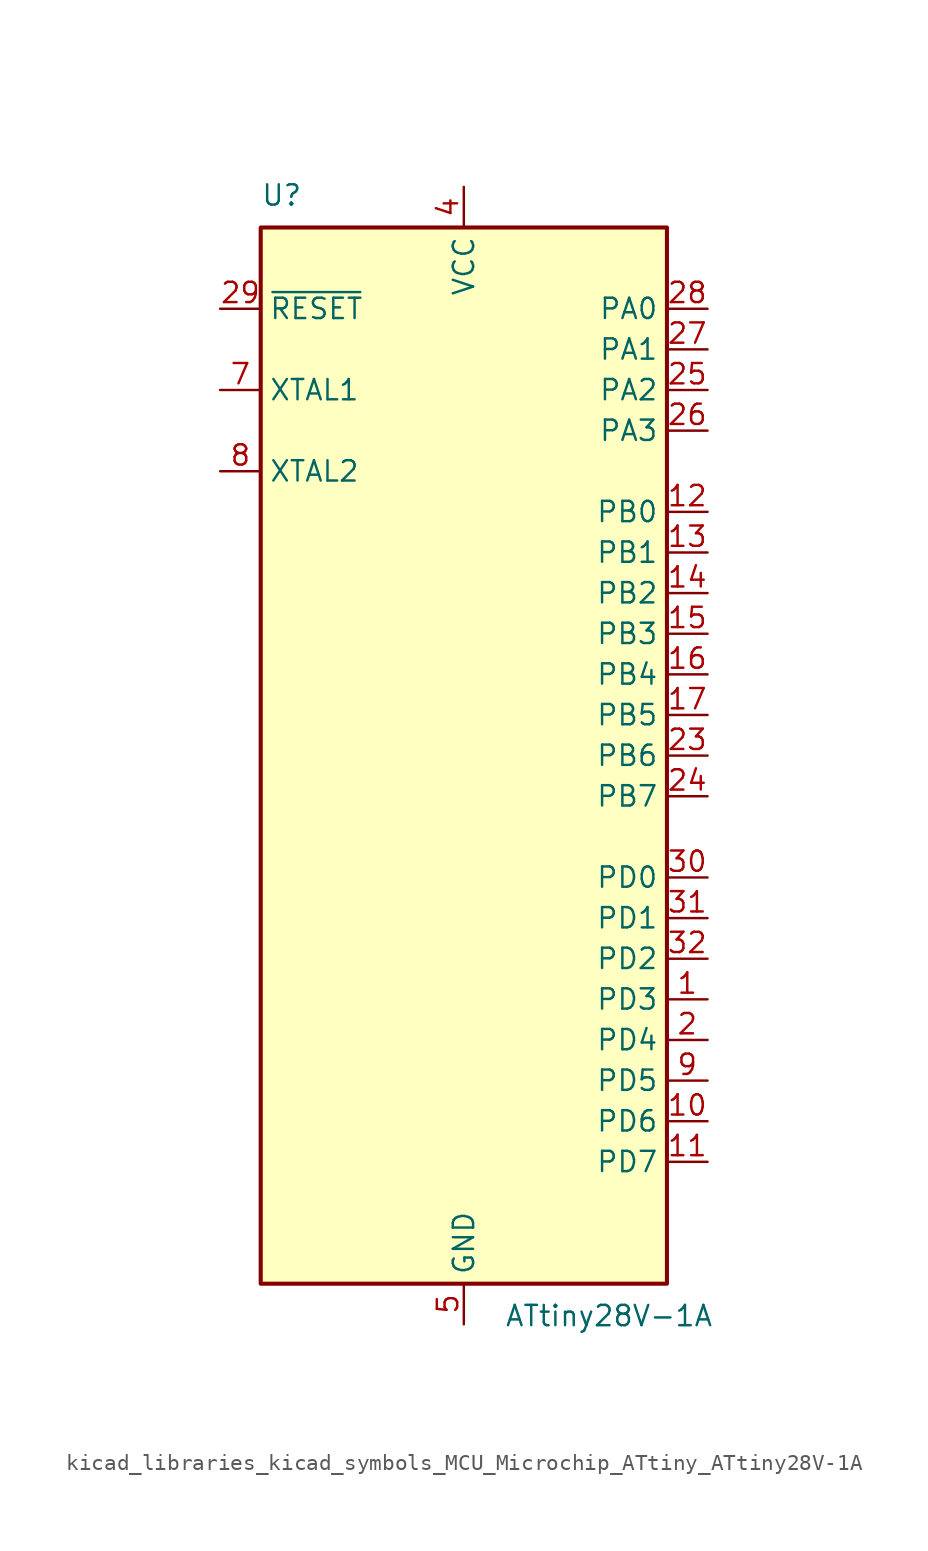
<source format=kicad_sym>
(kicad_symbol_lib
  (version 20220914)
  (generator kicad_symbol_editor)
  (symbol "kicad_libraries_kicad_symbols_MCU_Microchip_ATtiny_ATtiny28V-1A"
    (property "Reference" "U"
      (at -12.7 34.29 0)
      (effects (font (size 1.27 1.27)) (justify left bottom)))
    (property "Value" "ATtiny28V-1A"
      (at 2.54 -34.29 0)
      (effects (font (size 1.27 1.27)) (justify left top)))
    (symbol "kicad_libraries_kicad_symbols_MCU_Microchip_ATtiny_ATtiny28V-1A_0_1"
      (rectangle (start -12.7 -33.02) (end 12.7 33.02) (stroke (width 0.254) (type default)) (fill (type background))))
    (symbol "kicad_libraries_kicad_symbols_MCU_Microchip_ATtiny_ATtiny28V-1A_1_1"
      (pin bidirectional line (at 15.24 -15.24 180) (length 2.54) (name "PD3" (effects (font (size 1.27 1.27)))) (number "1" (effects (font (size 1.27 1.27)))))
      (pin bidirectional line (at 15.24 -22.86 180) (length 2.54) (name "PD6" (effects (font (size 1.27 1.27)))) (number "10" (effects (font (size 1.27 1.27)))))
      (pin bidirectional line (at 15.24 -25.4 180) (length 2.54) (name "PD7" (effects (font (size 1.27 1.27)))) (number "11" (effects (font (size 1.27 1.27)))))
      (pin bidirectional line (at 15.24 15.24 180) (length 2.54) (name "PB0" (effects (font (size 1.27 1.27)))) (number "12" (effects (font (size 1.27 1.27)))))
      (pin bidirectional line (at 15.24 12.7 180) (length 2.54) (name "PB1" (effects (font (size 1.27 1.27)))) (number "13" (effects (font (size 1.27 1.27)))))
      (pin bidirectional line (at 15.24 10.16 180) (length 2.54) (name "PB2" (effects (font (size 1.27 1.27)))) (number "14" (effects (font (size 1.27 1.27)))))
      (pin bidirectional line (at 15.24 7.62 180) (length 2.54) (name "PB3" (effects (font (size 1.27 1.27)))) (number "15" (effects (font (size 1.27 1.27)))))
      (pin bidirectional line (at 15.24 5.08 180) (length 2.54) (name "PB4" (effects (font (size 1.27 1.27)))) (number "16" (effects (font (size 1.27 1.27)))))
      (pin bidirectional line (at 15.24 2.54 180) (length 2.54) (name "PB5" (effects (font (size 1.27 1.27)))) (number "17" (effects (font (size 1.27 1.27)))))
      (pin passive line (at 0 35.56 270) (length 2.54) hide (name "VCC" (effects (font (size 1.27 1.27)))) (number "18" (effects (font (size 1.27 1.27)))))
      (pin no_connect line (at -12.7 -25.4 0) (length 2.54) hide (name "NC" (effects (font (size 1.27 1.27)))) (number "19" (effects (font (size 1.27 1.27)))))
      (pin bidirectional line (at 15.24 -17.78 180) (length 2.54) (name "PD4" (effects (font (size 1.27 1.27)))) (number "2" (effects (font (size 1.27 1.27)))))
      (pin no_connect line (at -12.7 -27.94 0) (length 2.54) hide (name "NC" (effects (font (size 1.27 1.27)))) (number "20" (effects (font (size 1.27 1.27)))))
      (pin passive line (at 0 -35.56 90) (length 2.54) hide (name "GND" (effects (font (size 1.27 1.27)))) (number "21" (effects (font (size 1.27 1.27)))))
      (pin no_connect line (at -12.7 -30.48 0) (length 2.54) hide (name "NC" (effects (font (size 1.27 1.27)))) (number "22" (effects (font (size 1.27 1.27)))))
      (pin bidirectional line (at 15.24 0 180) (length 2.54) (name "PB6" (effects (font (size 1.27 1.27)))) (number "23" (effects (font (size 1.27 1.27)))))
      (pin bidirectional line (at 15.24 -2.54 180) (length 2.54) (name "PB7" (effects (font (size 1.27 1.27)))) (number "24" (effects (font (size 1.27 1.27)))))
      (pin bidirectional line (at 15.24 22.86 180) (length 2.54) (name "PA2" (effects (font (size 1.27 1.27)))) (number "25" (effects (font (size 1.27 1.27)))))
      (pin bidirectional line (at 15.24 20.32 180) (length 2.54) (name "PA3" (effects (font (size 1.27 1.27)))) (number "26" (effects (font (size 1.27 1.27)))))
      (pin bidirectional line (at 15.24 25.4 180) (length 2.54) (name "PA1" (effects (font (size 1.27 1.27)))) (number "27" (effects (font (size 1.27 1.27)))))
      (pin bidirectional line (at 15.24 27.94 180) (length 2.54) (name "PA0" (effects (font (size 1.27 1.27)))) (number "28" (effects (font (size 1.27 1.27)))))
      (pin input line (at -15.24 27.94 0) (length 2.54) (name "~{RESET}" (effects (font (size 1.27 1.27)))) (number "29" (effects (font (size 1.27 1.27)))))
      (pin no_connect line (at -12.7 -20.32 0) (length 2.54) hide (name "NC" (effects (font (size 1.27 1.27)))) (number "3" (effects (font (size 1.27 1.27)))))
      (pin bidirectional line (at 15.24 -7.62 180) (length 2.54) (name "PD0" (effects (font (size 1.27 1.27)))) (number "30" (effects (font (size 1.27 1.27)))))
      (pin bidirectional line (at 15.24 -10.16 180) (length 2.54) (name "PD1" (effects (font (size 1.27 1.27)))) (number "31" (effects (font (size 1.27 1.27)))))
      (pin bidirectional line (at 15.24 -12.7 180) (length 2.54) (name "PD2" (effects (font (size 1.27 1.27)))) (number "32" (effects (font (size 1.27 1.27)))))
      (pin power_in line (at 0 35.56 270) (length 2.54) (name "VCC" (effects (font (size 1.27 1.27)))) (number "4" (effects (font (size 1.27 1.27)))))
      (pin power_in line (at 0 -35.56 90) (length 2.54) (name "GND" (effects (font (size 1.27 1.27)))) (number "5" (effects (font (size 1.27 1.27)))))
      (pin no_connect line (at -12.7 -22.86 0) (length 2.54) hide (name "NC" (effects (font (size 1.27 1.27)))) (number "6" (effects (font (size 1.27 1.27)))))
      (pin input line (at -15.24 22.86 0) (length 2.54) (name "XTAL1" (effects (font (size 1.27 1.27)))) (number "7" (effects (font (size 1.27 1.27)))))
      (pin output line (at -15.24 17.78 0) (length 2.54) (name "XTAL2" (effects (font (size 1.27 1.27)))) (number "8" (effects (font (size 1.27 1.27)))))
      (pin bidirectional line (at 15.24 -20.32 180) (length 2.54) (name "PD5" (effects (font (size 1.27 1.27)))) (number "9" (effects (font (size 1.27 1.27))))))))
</source>
